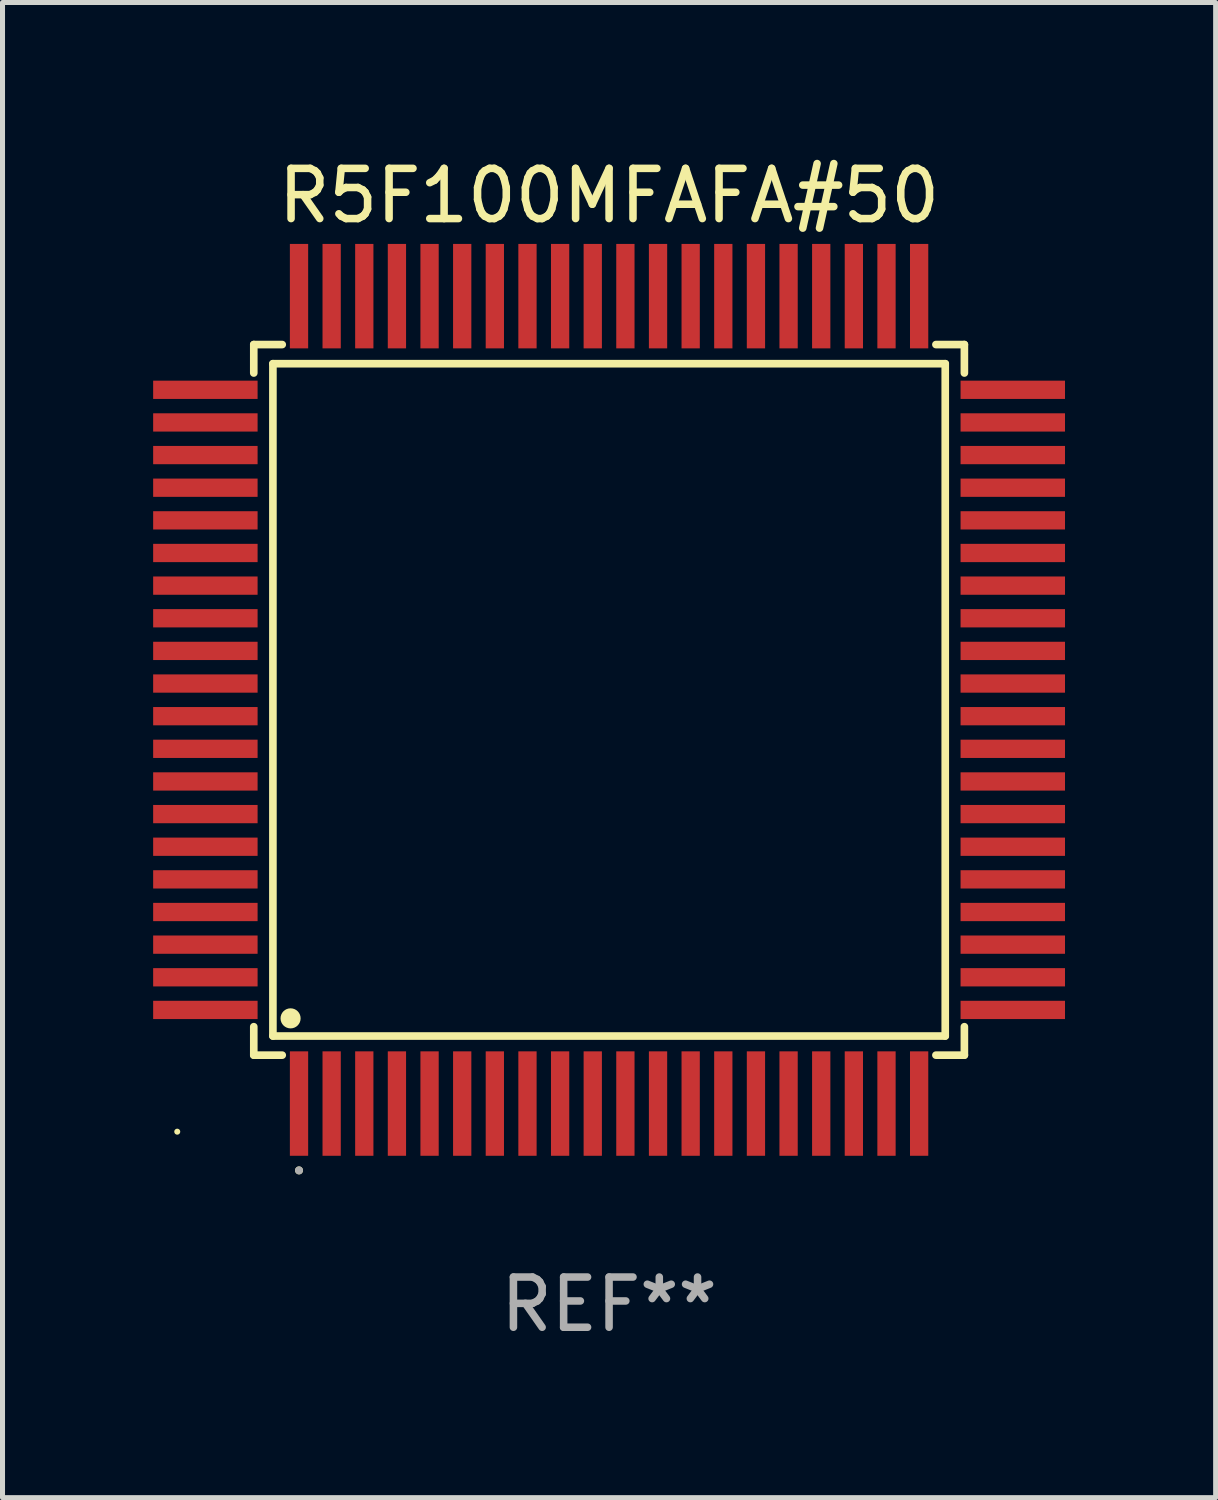
<source format=kicad_pcb>
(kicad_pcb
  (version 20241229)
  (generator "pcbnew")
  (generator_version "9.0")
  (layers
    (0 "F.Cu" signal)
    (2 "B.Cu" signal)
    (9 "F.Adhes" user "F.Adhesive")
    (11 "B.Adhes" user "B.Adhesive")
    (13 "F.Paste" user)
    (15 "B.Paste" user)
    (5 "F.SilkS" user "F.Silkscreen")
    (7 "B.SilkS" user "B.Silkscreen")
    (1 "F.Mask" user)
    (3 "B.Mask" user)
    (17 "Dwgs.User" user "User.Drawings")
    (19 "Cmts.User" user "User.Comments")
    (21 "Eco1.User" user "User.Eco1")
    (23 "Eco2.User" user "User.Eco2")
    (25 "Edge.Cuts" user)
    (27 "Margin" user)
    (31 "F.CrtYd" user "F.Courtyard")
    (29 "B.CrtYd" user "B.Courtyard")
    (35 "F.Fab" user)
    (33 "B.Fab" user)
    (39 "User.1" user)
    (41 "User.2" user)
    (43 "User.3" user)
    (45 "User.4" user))
  (footprint "R5F100MFAFA#50"
    (layer "F.Cu")
    (at 9.08 10.888)
    (property "Reference" "R5F100MFAFA#50" (at 0 -10.04 0) (layer "F.SilkS") (effects (font (size 1 1) (thickness 0.15))))
    (attr through_hole)
    (fp_line (start -7.076 -7.076) (end -7.076 -6.509) (stroke (width 0.152) (type solid)) (layer "F.SilkS"))
    (fp_line (start -7.076 7.076) (end -7.076 6.509) (stroke (width 0.152) (type solid)) (layer "F.SilkS"))
    (fp_line (start -6.695 -6.695) (end 6.695 -6.695) (stroke (width 0.152) (type solid)) (layer "F.SilkS"))
    (fp_line (start -6.695 6.695) (end -6.695 -6.695) (stroke (width 0.152) (type solid)) (layer "F.SilkS"))
    (fp_line (start -6.509 -7.076) (end -7.076 -7.076) (stroke (width 0.152) (type solid)) (layer "F.SilkS"))
    (fp_line (start -6.509 7.076) (end -7.076 7.076) (stroke (width 0.152) (type solid)) (layer "F.SilkS"))
    (fp_line (start 6.509 -7.076) (end 7.076 -7.076) (stroke (width 0.152) (type solid)) (layer "F.SilkS"))
    (fp_line (start 6.509 7.076) (end 7.076 7.076) (stroke (width 0.152) (type solid)) (layer "F.SilkS"))
    (fp_line (start 6.695 -6.695) (end 6.695 6.695) (stroke (width 0.152) (type solid)) (layer "F.SilkS"))
    (fp_line (start 6.695 6.695) (end -6.695 6.695) (stroke (width 0.152) (type solid)) (layer "F.SilkS"))
    (fp_line (start 7.076 -7.076) (end 7.076 -6.509) (stroke (width 0.152) (type solid)) (layer "F.SilkS"))
    (fp_line (start 7.076 7.076) (end 7.076 6.509) (stroke (width 0.152) (type solid)) (layer "F.SilkS"))
    (fp_circle (center -8.6 8.6) (end -8.57 8.6) (stroke (width 0.06) (type solid)) (fill no) (layer "F.SilkS"))
    (fp_circle (center -6.343 6.343) (end -6.243 6.343) (stroke (width 0.2) (type solid)) (fill no) (layer "F.SilkS"))
    (fp_circle (center -6.175 9.371) (end -6.135 9.371) (stroke (width 0.08) (type solid)) (fill no) (layer "F.SilkS"))
    (fp_circle (center -6.175 9.371) (end -6.135 9.371) (stroke (width 0.08) (type solid)) (fill no) (layer "F.Fab"))
    (fp_text user "REF**" (at 0 12.04 0) (layer "F.Fab") (effects (font (size 1 1) (thickness 0.15))))
    (pad "1" smd rect (at -6.175 8.04) (size 0.364 2.08) (layers "F.Cu" "F.Mask" "F.Paste"))
    (pad "2" smd rect (at -5.525 8.04) (size 0.364 2.08) (layers "F.Cu" "F.Mask" "F.Paste"))
    (pad "3" smd rect (at -4.875 8.04) (size 0.364 2.08) (layers "F.Cu" "F.Mask" "F.Paste"))
    (pad "4" smd rect (at -4.225 8.04) (size 0.364 2.08) (layers "F.Cu" "F.Mask" "F.Paste"))
    (pad "5" smd rect (at -3.575 8.04) (size 0.364 2.08) (layers "F.Cu" "F.Mask" "F.Paste"))
    (pad "6" smd rect (at -2.925 8.04) (size 0.364 2.08) (layers "F.Cu" "F.Mask" "F.Paste"))
    (pad "7" smd rect (at -2.275 8.04) (size 0.364 2.08) (layers "F.Cu" "F.Mask" "F.Paste"))
    (pad "8" smd rect (at -1.625 8.04) (size 0.364 2.08) (layers "F.Cu" "F.Mask" "F.Paste"))
    (pad "9" smd rect (at -0.975 8.04) (size 0.364 2.08) (layers "F.Cu" "F.Mask" "F.Paste"))
    (pad "10" smd rect (at -0.325 8.04) (size 0.364 2.08) (layers "F.Cu" "F.Mask" "F.Paste"))
    (pad "11" smd rect (at 0.325 8.04) (size 0.364 2.08) (layers "F.Cu" "F.Mask" "F.Paste"))
    (pad "12" smd rect (at 0.975 8.04) (size 0.364 2.08) (layers "F.Cu" "F.Mask" "F.Paste"))
    (pad "13" smd rect (at 1.625 8.04) (size 0.364 2.08) (layers "F.Cu" "F.Mask" "F.Paste"))
    (pad "14" smd rect (at 2.275 8.04) (size 0.364 2.08) (layers "F.Cu" "F.Mask" "F.Paste"))
    (pad "15" smd rect (at 2.925 8.04) (size 0.364 2.08) (layers "F.Cu" "F.Mask" "F.Paste"))
    (pad "16" smd rect (at 3.575 8.04) (size 0.364 2.08) (layers "F.Cu" "F.Mask" "F.Paste"))
    (pad "17" smd rect (at 4.225 8.04) (size 0.364 2.08) (layers "F.Cu" "F.Mask" "F.Paste"))
    (pad "18" smd rect (at 4.875 8.04) (size 0.364 2.08) (layers "F.Cu" "F.Mask" "F.Paste"))
    (pad "19" smd rect (at 5.525 8.04) (size 0.364 2.08) (layers "F.Cu" "F.Mask" "F.Paste"))
    (pad "20" smd rect (at 6.175 8.04) (size 0.364 2.08) (layers "F.Cu" "F.Mask" "F.Paste"))
    (pad "21" smd rect (at 8.04 6.175) (size 2.08 0.364) (layers "F.Cu" "F.Mask" "F.Paste"))
    (pad "22" smd rect (at 8.04 5.525) (size 2.08 0.364) (layers "F.Cu" "F.Mask" "F.Paste"))
    (pad "23" smd rect (at 8.04 4.875) (size 2.08 0.364) (layers "F.Cu" "F.Mask" "F.Paste"))
    (pad "24" smd rect (at 8.04 4.225) (size 2.08 0.364) (layers "F.Cu" "F.Mask" "F.Paste"))
    (pad "25" smd rect (at 8.04 3.575) (size 2.08 0.364) (layers "F.Cu" "F.Mask" "F.Paste"))
    (pad "26" smd rect (at 8.04 2.925) (size 2.08 0.364) (layers "F.Cu" "F.Mask" "F.Paste"))
    (pad "27" smd rect (at 8.04 2.275) (size 2.08 0.364) (layers "F.Cu" "F.Mask" "F.Paste"))
    (pad "28" smd rect (at 8.04 1.625) (size 2.08 0.364) (layers "F.Cu" "F.Mask" "F.Paste"))
    (pad "29" smd rect (at 8.04 0.975) (size 2.08 0.364) (layers "F.Cu" "F.Mask" "F.Paste"))
    (pad "30" smd rect (at 8.04 0.325) (size 2.08 0.364) (layers "F.Cu" "F.Mask" "F.Paste"))
    (pad "31" smd rect (at 8.04 -0.325) (size 2.08 0.364) (layers "F.Cu" "F.Mask" "F.Paste"))
    (pad "32" smd rect (at 8.04 -0.975) (size 2.08 0.364) (layers "F.Cu" "F.Mask" "F.Paste"))
    (pad "33" smd rect (at 8.04 -1.625) (size 2.08 0.364) (layers "F.Cu" "F.Mask" "F.Paste"))
    (pad "34" smd rect (at 8.04 -2.275) (size 2.08 0.364) (layers "F.Cu" "F.Mask" "F.Paste"))
    (pad "35" smd rect (at 8.04 -2.925) (size 2.08 0.364) (layers "F.Cu" "F.Mask" "F.Paste"))
    (pad "36" smd rect (at 8.04 -3.575) (size 2.08 0.364) (layers "F.Cu" "F.Mask" "F.Paste"))
    (pad "37" smd rect (at 8.04 -4.225) (size 2.08 0.364) (layers "F.Cu" "F.Mask" "F.Paste"))
    (pad "38" smd rect (at 8.04 -4.875) (size 2.08 0.364) (layers "F.Cu" "F.Mask" "F.Paste"))
    (pad "39" smd rect (at 8.04 -5.525) (size 2.08 0.364) (layers "F.Cu" "F.Mask" "F.Paste"))
    (pad "40" smd rect (at 8.04 -6.175) (size 2.08 0.364) (layers "F.Cu" "F.Mask" "F.Paste"))
    (pad "41" smd rect (at 6.175 -8.04) (size 0.364 2.08) (layers "F.Cu" "F.Mask" "F.Paste"))
    (pad "42" smd rect (at 5.525 -8.04) (size 0.364 2.08) (layers "F.Cu" "F.Mask" "F.Paste"))
    (pad "43" smd rect (at 4.875 -8.04) (size 0.364 2.08) (layers "F.Cu" "F.Mask" "F.Paste"))
    (pad "44" smd rect (at 4.225 -8.04) (size 0.364 2.08) (layers "F.Cu" "F.Mask" "F.Paste"))
    (pad "45" smd rect (at 3.575 -8.04) (size 0.364 2.08) (layers "F.Cu" "F.Mask" "F.Paste"))
    (pad "46" smd rect (at 2.925 -8.04) (size 0.364 2.08) (layers "F.Cu" "F.Mask" "F.Paste"))
    (pad "47" smd rect (at 2.275 -8.04) (size 0.364 2.08) (layers "F.Cu" "F.Mask" "F.Paste"))
    (pad "48" smd rect (at 1.625 -8.04) (size 0.364 2.08) (layers "F.Cu" "F.Mask" "F.Paste"))
    (pad "49" smd rect (at 0.975 -8.04) (size 0.364 2.08) (layers "F.Cu" "F.Mask" "F.Paste"))
    (pad "50" smd rect (at 0.325 -8.04) (size 0.364 2.08) (layers "F.Cu" "F.Mask" "F.Paste"))
    (pad "51" smd rect (at -0.325 -8.04) (size 0.364 2.08) (layers "F.Cu" "F.Mask" "F.Paste"))
    (pad "52" smd rect (at -0.975 -8.04) (size 0.364 2.08) (layers "F.Cu" "F.Mask" "F.Paste"))
    (pad "53" smd rect (at -1.625 -8.04) (size 0.364 2.08) (layers "F.Cu" "F.Mask" "F.Paste"))
    (pad "54" smd rect (at -2.275 -8.04) (size 0.364 2.08) (layers "F.Cu" "F.Mask" "F.Paste"))
    (pad "55" smd rect (at -2.925 -8.04) (size 0.364 2.08) (layers "F.Cu" "F.Mask" "F.Paste"))
    (pad "56" smd rect (at -3.575 -8.04) (size 0.364 2.08) (layers "F.Cu" "F.Mask" "F.Paste"))
    (pad "57" smd rect (at -4.225 -8.04) (size 0.364 2.08) (layers "F.Cu" "F.Mask" "F.Paste"))
    (pad "58" smd rect (at -4.875 -8.04) (size 0.364 2.08) (layers "F.Cu" "F.Mask" "F.Paste"))
    (pad "59" smd rect (at -5.525 -8.04) (size 0.364 2.08) (layers "F.Cu" "F.Mask" "F.Paste"))
    (pad "60" smd rect (at -6.175 -8.04) (size 0.364 2.08) (layers "F.Cu" "F.Mask" "F.Paste"))
    (pad "61" smd rect (at -8.04 -6.175) (size 2.08 0.364) (layers "F.Cu" "F.Mask" "F.Paste"))
    (pad "62" smd rect (at -8.04 -5.525) (size 2.08 0.364) (layers "F.Cu" "F.Mask" "F.Paste"))
    (pad "63" smd rect (at -8.04 -4.875) (size 2.08 0.364) (layers "F.Cu" "F.Mask" "F.Paste"))
    (pad "64" smd rect (at -8.04 -4.225) (size 2.08 0.364) (layers "F.Cu" "F.Mask" "F.Paste"))
    (pad "65" smd rect (at -8.04 -3.575) (size 2.08 0.364) (layers "F.Cu" "F.Mask" "F.Paste"))
    (pad "66" smd rect (at -8.04 -2.925) (size 2.08 0.364) (layers "F.Cu" "F.Mask" "F.Paste"))
    (pad "67" smd rect (at -8.04 -2.275) (size 2.08 0.364) (layers "F.Cu" "F.Mask" "F.Paste"))
    (pad "68" smd rect (at -8.04 -1.625) (size 2.08 0.364) (layers "F.Cu" "F.Mask" "F.Paste"))
    (pad "69" smd rect (at -8.04 -0.975) (size 2.08 0.364) (layers "F.Cu" "F.Mask" "F.Paste"))
    (pad "70" smd rect (at -8.04 -0.325) (size 2.08 0.364) (layers "F.Cu" "F.Mask" "F.Paste"))
    (pad "71" smd rect (at -8.04 0.325) (size 2.08 0.364) (layers "F.Cu" "F.Mask" "F.Paste"))
    (pad "72" smd rect (at -8.04 0.975) (size 2.08 0.364) (layers "F.Cu" "F.Mask" "F.Paste"))
    (pad "73" smd rect (at -8.04 1.625) (size 2.08 0.364) (layers "F.Cu" "F.Mask" "F.Paste"))
    (pad "74" smd rect (at -8.04 2.275) (size 2.08 0.364) (layers "F.Cu" "F.Mask" "F.Paste"))
    (pad "75" smd rect (at -8.04 2.925) (size 2.08 0.364) (layers "F.Cu" "F.Mask" "F.Paste"))
    (pad "76" smd rect (at -8.04 3.575) (size 2.08 0.364) (layers "F.Cu" "F.Mask" "F.Paste"))
    (pad "77" smd rect (at -8.04 4.225) (size 2.08 0.364) (layers "F.Cu" "F.Mask" "F.Paste"))
    (pad "78" smd rect (at -8.04 4.875) (size 2.08 0.364) (layers "F.Cu" "F.Mask" "F.Paste"))
    (pad "79" smd rect (at -8.04 5.525) (size 2.08 0.364) (layers "F.Cu" "F.Mask" "F.Paste"))
    (pad "80" smd rect (at -8.04 6.175) (size 2.08 0.364) (layers "F.Cu" "F.Mask" "F.Paste")))
  (gr_rect
    (start -3 -3)
    (end 21.16 26.776)
    (stroke (width 0.1) (type default))
    (fill no)
    (layer "Edge.Cuts")))
</source>
